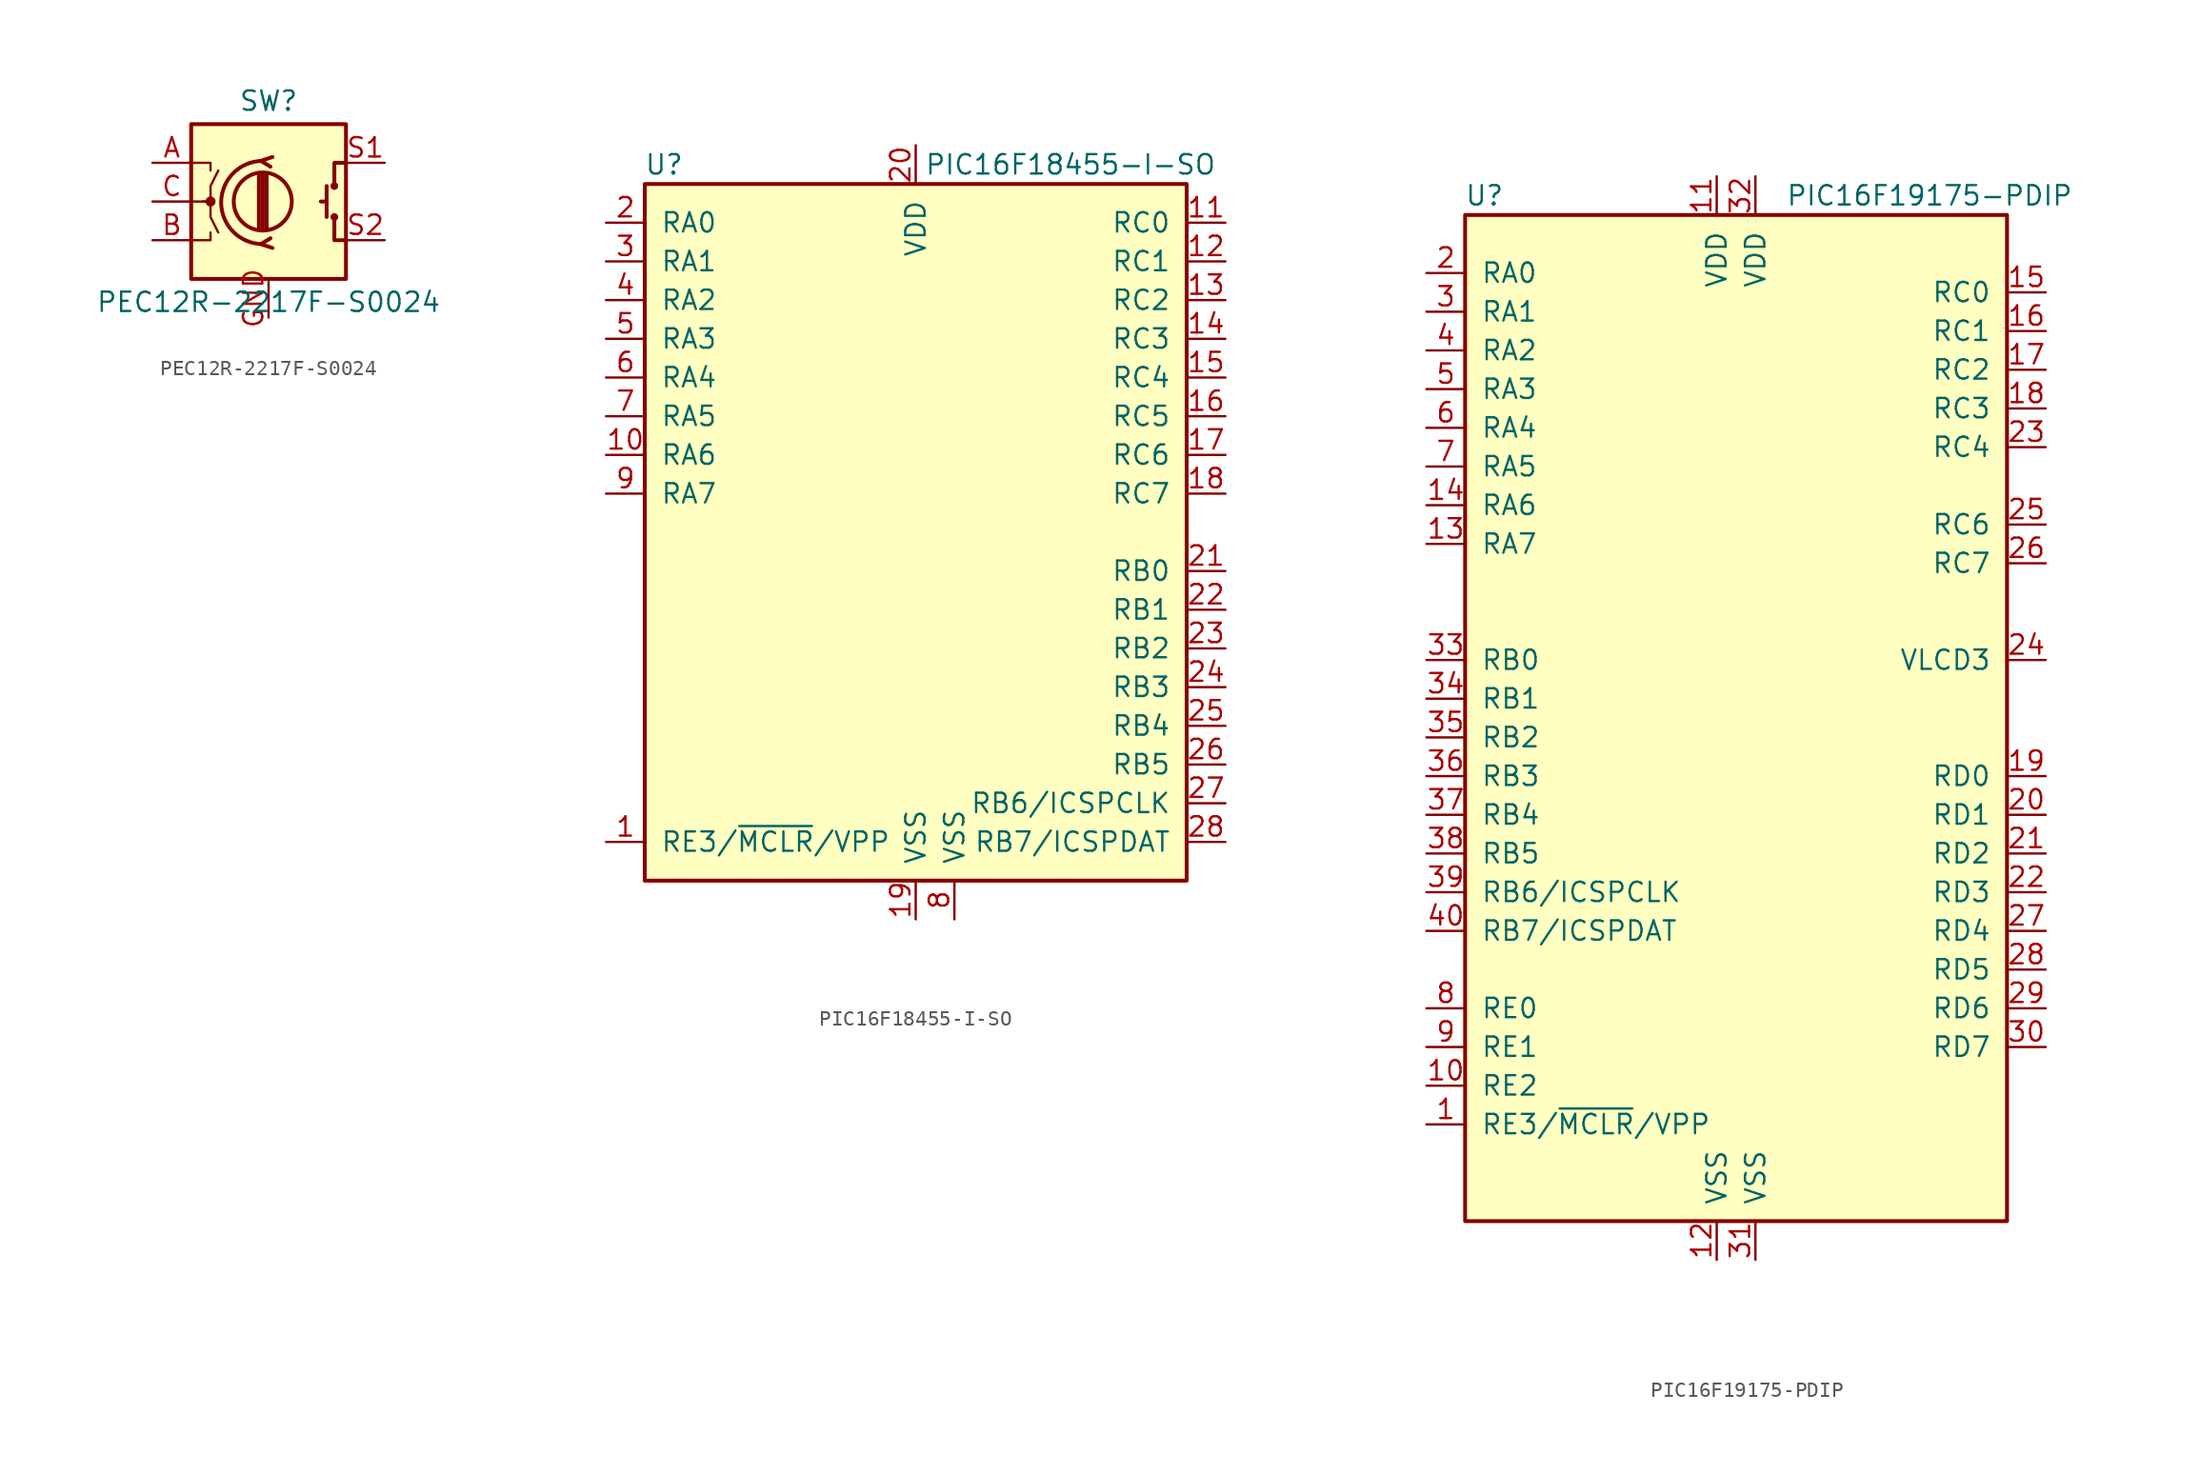
<source format=kicad_sym>
(kicad_symbol_lib
  (version 20220914)
  (generator kicad_symbol_editor)
  (symbol "PEC12R-2217F-S0024"
    (pin_names
      (offset 0.254) hide)
    (property "Reference" "SW"
      (at 0 6.604 0)
      (effects (font (size 1.27 1.27))))
    (property "Value" "PEC12R-2217F-S0024"
      (at 0 -6.604 0)
      (effects (font (size 1.27 1.27))))
    (symbol "PEC12R-2217F-S0024_0_1"
      (rectangle (start -5.08 5.08) (end 5.08 -5.08) (stroke (width 0.254) (type default)) (fill (type background)))
      (circle (center -3.81 0) (radius 0.254) (stroke (width 0) (type default)) (fill (type outline)))
      (circle (center -0.381 0) (radius 1.905) (stroke (width 0.254) (type default)) (fill (type none)))
      (arc (start -0.381 2.667) (mid -3.0988 -0.0635) (end -0.381 -2.794) (stroke (width 0.254) (type default)) (fill (type none)))
      (polyline (pts (xy -0.635 -1.778) (xy -0.635 1.778)) (stroke (width 0.254) (type default)) (fill (type none)))
      (polyline (pts (xy -0.381 -1.778) (xy -0.381 1.778)) (stroke (width 0.254) (type default)) (fill (type none)))
      (polyline (pts (xy -0.127 1.778) (xy -0.127 -1.778)) (stroke (width 0.254) (type default)) (fill (type none)))
      (polyline (pts (xy 3.81 0) (xy 3.429 0)) (stroke (width 0.254) (type default)) (fill (type none)))
      (polyline (pts (xy 3.81 1.016) (xy 3.81 -1.016)) (stroke (width 0.254) (type default)) (fill (type none)))
      (polyline (pts (xy -5.08 -2.54) (xy -3.81 -2.54) (xy -3.81 -2.032)) (stroke (width 0) (type default)) (fill (type none)))
      (polyline (pts (xy -5.08 2.54) (xy -3.81 2.54) (xy -3.81 2.032)) (stroke (width 0) (type default)) (fill (type none)))
      (polyline (pts (xy 0.254 -3.048) (xy -0.508 -2.794) (xy 0.127 -2.413)) (stroke (width 0.254) (type default)) (fill (type none)))
      (polyline (pts (xy 0.254 2.921) (xy -0.508 2.667) (xy 0.127 2.286)) (stroke (width 0.254) (type default)) (fill (type none)))
      (polyline (pts (xy 5.08 -2.54) (xy 4.318 -2.54) (xy 4.318 -1.016)) (stroke (width 0.254) (type default)) (fill (type none)))
      (polyline (pts (xy 5.08 2.54) (xy 4.318 2.54) (xy 4.318 1.016)) (stroke (width 0.254) (type default)) (fill (type none)))
      (polyline (pts (xy -5.08 0) (xy -3.81 0) (xy -3.81 -1.016) (xy -3.302 -2.032)) (stroke (width 0) (type default)) (fill (type none)))
      (polyline (pts (xy -4.318 0) (xy -3.81 0) (xy -3.81 1.016) (xy -3.302 2.032)) (stroke (width 0) (type default)) (fill (type none)))
      (circle (center 4.318 -1.016) (radius 0.127) (stroke (width 0.254) (type default)) (fill (type none)))
      (circle (center 4.318 1.016) (radius 0.127) (stroke (width 0.254) (type default)) (fill (type none))))
    (symbol "PEC12R-2217F-S0024_1_1"
      (pin passive line (at -7.62 2.54 0) (length 2.54) (name "A" (effects (font (size 1.27 1.27)))) (number "A" (effects (font (size 1.27 1.27)))))
      (pin passive line (at -7.62 -2.54 0) (length 2.54) (name "B" (effects (font (size 1.27 1.27)))) (number "B" (effects (font (size 1.27 1.27)))))
      (pin passive line (at -7.62 0 0) (length 2.54) (name "C" (effects (font (size 1.27 1.27)))) (number "C" (effects (font (size 1.27 1.27)))))
      (pin passive line (at 0 -7.62 90) (length 2.54) (name "GND" (effects (font (size 1.27 1.27)))) (number "GND" (effects (font (size 1.27 1.27)))))
      (pin passive line (at 7.62 2.54 180) (length 2.54) (name "S1" (effects (font (size 1.27 1.27)))) (number "S1" (effects (font (size 1.27 1.27)))))
      (pin passive line (at 7.62 -2.54 180) (length 2.54) (name "S2" (effects (font (size 1.27 1.27)))) (number "S2" (effects (font (size 1.27 1.27)))))))
  (symbol "PIC16F18455-I-SO"
    (pin_names
      (offset 1.016))
    (property "Reference" "U"
      (at -16.51 24.13 0)
      (effects (font (size 1.27 1.27))))
    (property "Value" "PIC16F18455-I-SO"
      (at 10.16 24.13 0)
      (effects (font (size 1.27 1.27))))
    (symbol "PIC16F18455-I-SO_0_1"
      (rectangle (start -17.78 22.86) (end 17.78 -22.86) (stroke (width 0.254) (type default)) (fill (type background))))
    (symbol "PIC16F18455-I-SO_1_1"
      (pin bidirectional line (at -20.32 -20.32 0) (length 2.54) (name "RE3/~{MCLR}/VPP" (effects (font (size 1.27 1.27)))) (number "1" (effects (font (size 1.27 1.27)))))
      (pin bidirectional line (at -20.32 5.08 0) (length 2.54) (name "RA6" (effects (font (size 1.27 1.27)))) (number "10" (effects (font (size 1.27 1.27)))))
      (pin bidirectional line (at 20.32 20.32 180) (length 2.54) (name "RC0" (effects (font (size 1.27 1.27)))) (number "11" (effects (font (size 1.27 1.27)))))
      (pin bidirectional line (at 20.32 17.78 180) (length 2.54) (name "RC1" (effects (font (size 1.27 1.27)))) (number "12" (effects (font (size 1.27 1.27)))))
      (pin bidirectional line (at 20.32 15.24 180) (length 2.54) (name "RC2" (effects (font (size 1.27 1.27)))) (number "13" (effects (font (size 1.27 1.27)))))
      (pin bidirectional line (at 20.32 12.7 180) (length 2.54) (name "RC3" (effects (font (size 1.27 1.27)))) (number "14" (effects (font (size 1.27 1.27)))))
      (pin bidirectional line (at 20.32 10.16 180) (length 2.54) (name "RC4" (effects (font (size 1.27 1.27)))) (number "15" (effects (font (size 1.27 1.27)))))
      (pin bidirectional line (at 20.32 7.62 180) (length 2.54) (name "RC5" (effects (font (size 1.27 1.27)))) (number "16" (effects (font (size 1.27 1.27)))))
      (pin bidirectional line (at 20.32 5.08 180) (length 2.54) (name "RC6" (effects (font (size 1.27 1.27)))) (number "17" (effects (font (size 1.27 1.27)))))
      (pin bidirectional line (at 20.32 2.54 180) (length 2.54) (name "RC7" (effects (font (size 1.27 1.27)))) (number "18" (effects (font (size 1.27 1.27)))))
      (pin power_in line (at 0 -25.4 90) (length 2.54) (name "VSS" (effects (font (size 1.27 1.27)))) (number "19" (effects (font (size 1.27 1.27)))))
      (pin bidirectional line (at -20.32 20.32 0) (length 2.54) (name "RA0" (effects (font (size 1.27 1.27)))) (number "2" (effects (font (size 1.27 1.27)))))
      (pin power_in line (at 0 25.4 270) (length 2.54) (name "VDD" (effects (font (size 1.27 1.27)))) (number "20" (effects (font (size 1.27 1.27)))))
      (pin bidirectional line (at 20.32 -2.54 180) (length 2.54) (name "RB0" (effects (font (size 1.27 1.27)))) (number "21" (effects (font (size 1.27 1.27)))))
      (pin bidirectional line (at 20.32 -5.08 180) (length 2.54) (name "RB1" (effects (font (size 1.27 1.27)))) (number "22" (effects (font (size 1.27 1.27)))))
      (pin bidirectional line (at 20.32 -7.62 180) (length 2.54) (name "RB2" (effects (font (size 1.27 1.27)))) (number "23" (effects (font (size 1.27 1.27)))))
      (pin bidirectional line (at 20.32 -10.16 180) (length 2.54) (name "RB3" (effects (font (size 1.27 1.27)))) (number "24" (effects (font (size 1.27 1.27)))))
      (pin bidirectional line (at 20.32 -12.7 180) (length 2.54) (name "RB4" (effects (font (size 1.27 1.27)))) (number "25" (effects (font (size 1.27 1.27)))))
      (pin bidirectional line (at 20.32 -15.24 180) (length 2.54) (name "RB5" (effects (font (size 1.27 1.27)))) (number "26" (effects (font (size 1.27 1.27)))))
      (pin bidirectional line (at 20.32 -17.78 180) (length 2.54) (name "RB6/ICSPCLK" (effects (font (size 1.27 1.27)))) (number "27" (effects (font (size 1.27 1.27)))))
      (pin bidirectional line (at 20.32 -20.32 180) (length 2.54) (name "RB7/ICSPDAT" (effects (font (size 1.27 1.27)))) (number "28" (effects (font (size 1.27 1.27)))))
      (pin bidirectional line (at -20.32 17.78 0) (length 2.54) (name "RA1" (effects (font (size 1.27 1.27)))) (number "3" (effects (font (size 1.27 1.27)))))
      (pin bidirectional line (at -20.32 15.24 0) (length 2.54) (name "RA2" (effects (font (size 1.27 1.27)))) (number "4" (effects (font (size 1.27 1.27)))))
      (pin bidirectional line (at -20.32 12.7 0) (length 2.54) (name "RA3" (effects (font (size 1.27 1.27)))) (number "5" (effects (font (size 1.27 1.27)))))
      (pin bidirectional line (at -20.32 10.16 0) (length 2.54) (name "RA4" (effects (font (size 1.27 1.27)))) (number "6" (effects (font (size 1.27 1.27)))))
      (pin bidirectional line (at -20.32 7.62 0) (length 2.54) (name "RA5" (effects (font (size 1.27 1.27)))) (number "7" (effects (font (size 1.27 1.27)))))
      (pin power_in line (at 2.54 -25.4 90) (length 2.54) (name "VSS" (effects (font (size 1.27 1.27)))) (number "8" (effects (font (size 1.27 1.27)))))
      (pin bidirectional line (at -20.32 2.54 0) (length 2.54) (name "RA7" (effects (font (size 1.27 1.27)))) (number "9" (effects (font (size 1.27 1.27)))))))
  (symbol "PIC16F19175-PDIP"
    (pin_names
      (offset 1.016))
    (property "Reference" "U"
      (at -16.51 33.02 0)
      (effects (font (size 1.27 1.27))))
    (property "Value" "PIC16F19175-PDIP"
      (at 12.7 33.02 0)
      (effects (font (size 1.27 1.27))))
    (symbol "PIC16F19175-PDIP_0_1"
      (rectangle (start -17.78 31.75) (end 17.78 -34.29) (stroke (width 0.254) (type default)) (fill (type background))))
    (symbol "PIC16F19175-PDIP_1_1"
      (pin bidirectional line (at -20.32 -27.94 0) (length 2.54) (name "RE3/~{MCLR}/VPP" (effects (font (size 1.27 1.27)))) (number "1" (effects (font (size 1.27 1.27)))))
      (pin bidirectional line (at -20.32 -25.4 0) (length 2.54) (name "RE2" (effects (font (size 1.27 1.27)))) (number "10" (effects (font (size 1.27 1.27)))))
      (pin power_in line (at -1.27 34.29 270) (length 2.54) (name "VDD" (effects (font (size 1.27 1.27)))) (number "11" (effects (font (size 1.27 1.27)))))
      (pin power_in line (at -1.27 -36.83 90) (length 2.54) (name "VSS" (effects (font (size 1.27 1.27)))) (number "12" (effects (font (size 1.27 1.27)))))
      (pin bidirectional line (at -20.32 10.16 0) (length 2.54) (name "RA7" (effects (font (size 1.27 1.27)))) (number "13" (effects (font (size 1.27 1.27)))))
      (pin bidirectional line (at -20.32 12.7 0) (length 2.54) (name "RA6" (effects (font (size 1.27 1.27)))) (number "14" (effects (font (size 1.27 1.27)))))
      (pin bidirectional line (at 20.32 26.67 180) (length 2.54) (name "RC0" (effects (font (size 1.27 1.27)))) (number "15" (effects (font (size 1.27 1.27)))))
      (pin bidirectional line (at 20.32 24.13 180) (length 2.54) (name "RC1" (effects (font (size 1.27 1.27)))) (number "16" (effects (font (size 1.27 1.27)))))
      (pin bidirectional line (at 20.32 21.59 180) (length 2.54) (name "RC2" (effects (font (size 1.27 1.27)))) (number "17" (effects (font (size 1.27 1.27)))))
      (pin bidirectional line (at 20.32 19.05 180) (length 2.54) (name "RC3" (effects (font (size 1.27 1.27)))) (number "18" (effects (font (size 1.27 1.27)))))
      (pin bidirectional line (at 20.32 -5.08 180) (length 2.54) (name "RD0" (effects (font (size 1.27 1.27)))) (number "19" (effects (font (size 1.27 1.27)))))
      (pin bidirectional line (at -20.32 27.94 0) (length 2.54) (name "RA0" (effects (font (size 1.27 1.27)))) (number "2" (effects (font (size 1.27 1.27)))))
      (pin bidirectional line (at 20.32 -7.62 180) (length 2.54) (name "RD1" (effects (font (size 1.27 1.27)))) (number "20" (effects (font (size 1.27 1.27)))))
      (pin bidirectional line (at 20.32 -10.16 180) (length 2.54) (name "RD2" (effects (font (size 1.27 1.27)))) (number "21" (effects (font (size 1.27 1.27)))))
      (pin bidirectional line (at 20.32 -12.7 180) (length 2.54) (name "RD3" (effects (font (size 1.27 1.27)))) (number "22" (effects (font (size 1.27 1.27)))))
      (pin bidirectional line (at 20.32 16.51 180) (length 2.54) (name "RC4" (effects (font (size 1.27 1.27)))) (number "23" (effects (font (size 1.27 1.27)))))
      (pin bidirectional line (at 20.32 2.54 180) (length 2.54) (name "VLCD3" (effects (font (size 1.27 1.27)))) (number "24" (effects (font (size 1.27 1.27)))))
      (pin bidirectional line (at 20.32 11.43 180) (length 2.54) (name "RC6" (effects (font (size 1.27 1.27)))) (number "25" (effects (font (size 1.27 1.27)))))
      (pin bidirectional line (at 20.32 8.89 180) (length 2.54) (name "RC7" (effects (font (size 1.27 1.27)))) (number "26" (effects (font (size 1.27 1.27)))))
      (pin bidirectional line (at 20.32 -15.24 180) (length 2.54) (name "RD4" (effects (font (size 1.27 1.27)))) (number "27" (effects (font (size 1.27 1.27)))))
      (pin bidirectional line (at 20.32 -17.78 180) (length 2.54) (name "RD5" (effects (font (size 1.27 1.27)))) (number "28" (effects (font (size 1.27 1.27)))))
      (pin bidirectional line (at 20.32 -20.32 180) (length 2.54) (name "RD6" (effects (font (size 1.27 1.27)))) (number "29" (effects (font (size 1.27 1.27)))))
      (pin bidirectional line (at -20.32 25.4 0) (length 2.54) (name "RA1" (effects (font (size 1.27 1.27)))) (number "3" (effects (font (size 1.27 1.27)))))
      (pin bidirectional line (at 20.32 -22.86 180) (length 2.54) (name "RD7" (effects (font (size 1.27 1.27)))) (number "30" (effects (font (size 1.27 1.27)))))
      (pin power_in line (at 1.27 -36.83 90) (length 2.54) (name "VSS" (effects (font (size 1.27 1.27)))) (number "31" (effects (font (size 1.27 1.27)))))
      (pin power_in line (at 1.27 34.29 270) (length 2.54) (name "VDD" (effects (font (size 1.27 1.27)))) (number "32" (effects (font (size 1.27 1.27)))))
      (pin bidirectional line (at -20.32 2.54 0) (length 2.54) (name "RB0" (effects (font (size 1.27 1.27)))) (number "33" (effects (font (size 1.27 1.27)))))
      (pin bidirectional line (at -20.32 0 0) (length 2.54) (name "RB1" (effects (font (size 1.27 1.27)))) (number "34" (effects (font (size 1.27 1.27)))))
      (pin bidirectional line (at -20.32 -2.54 0) (length 2.54) (name "RB2" (effects (font (size 1.27 1.27)))) (number "35" (effects (font (size 1.27 1.27)))))
      (pin bidirectional line (at -20.32 -5.08 0) (length 2.54) (name "RB3" (effects (font (size 1.27 1.27)))) (number "36" (effects (font (size 1.27 1.27)))))
      (pin bidirectional line (at -20.32 -7.62 0) (length 2.54) (name "RB4" (effects (font (size 1.27 1.27)))) (number "37" (effects (font (size 1.27 1.27)))))
      (pin bidirectional line (at -20.32 -10.16 0) (length 2.54) (name "RB5" (effects (font (size 1.27 1.27)))) (number "38" (effects (font (size 1.27 1.27)))))
      (pin bidirectional line (at -20.32 -12.7 0) (length 2.54) (name "RB6/ICSPCLK" (effects (font (size 1.27 1.27)))) (number "39" (effects (font (size 1.27 1.27)))))
      (pin bidirectional line (at -20.32 22.86 0) (length 2.54) (name "RA2" (effects (font (size 1.27 1.27)))) (number "4" (effects (font (size 1.27 1.27)))))
      (pin bidirectional line (at -20.32 -15.24 0) (length 2.54) (name "RB7/ICSPDAT" (effects (font (size 1.27 1.27)))) (number "40" (effects (font (size 1.27 1.27)))))
      (pin bidirectional line (at -20.32 20.32 0) (length 2.54) (name "RA3" (effects (font (size 1.27 1.27)))) (number "5" (effects (font (size 1.27 1.27)))))
      (pin bidirectional line (at -20.32 17.78 0) (length 2.54) (name "RA4" (effects (font (size 1.27 1.27)))) (number "6" (effects (font (size 1.27 1.27)))))
      (pin bidirectional line (at -20.32 15.24 0) (length 2.54) (name "RA5" (effects (font (size 1.27 1.27)))) (number "7" (effects (font (size 1.27 1.27)))))
      (pin bidirectional line (at -20.32 -20.32 0) (length 2.54) (name "RE0" (effects (font (size 1.27 1.27)))) (number "8" (effects (font (size 1.27 1.27)))))
      (pin bidirectional line (at -20.32 -22.86 0) (length 2.54) (name "RE1" (effects (font (size 1.27 1.27)))) (number "9" (effects (font (size 1.27 1.27))))))))
</source>
